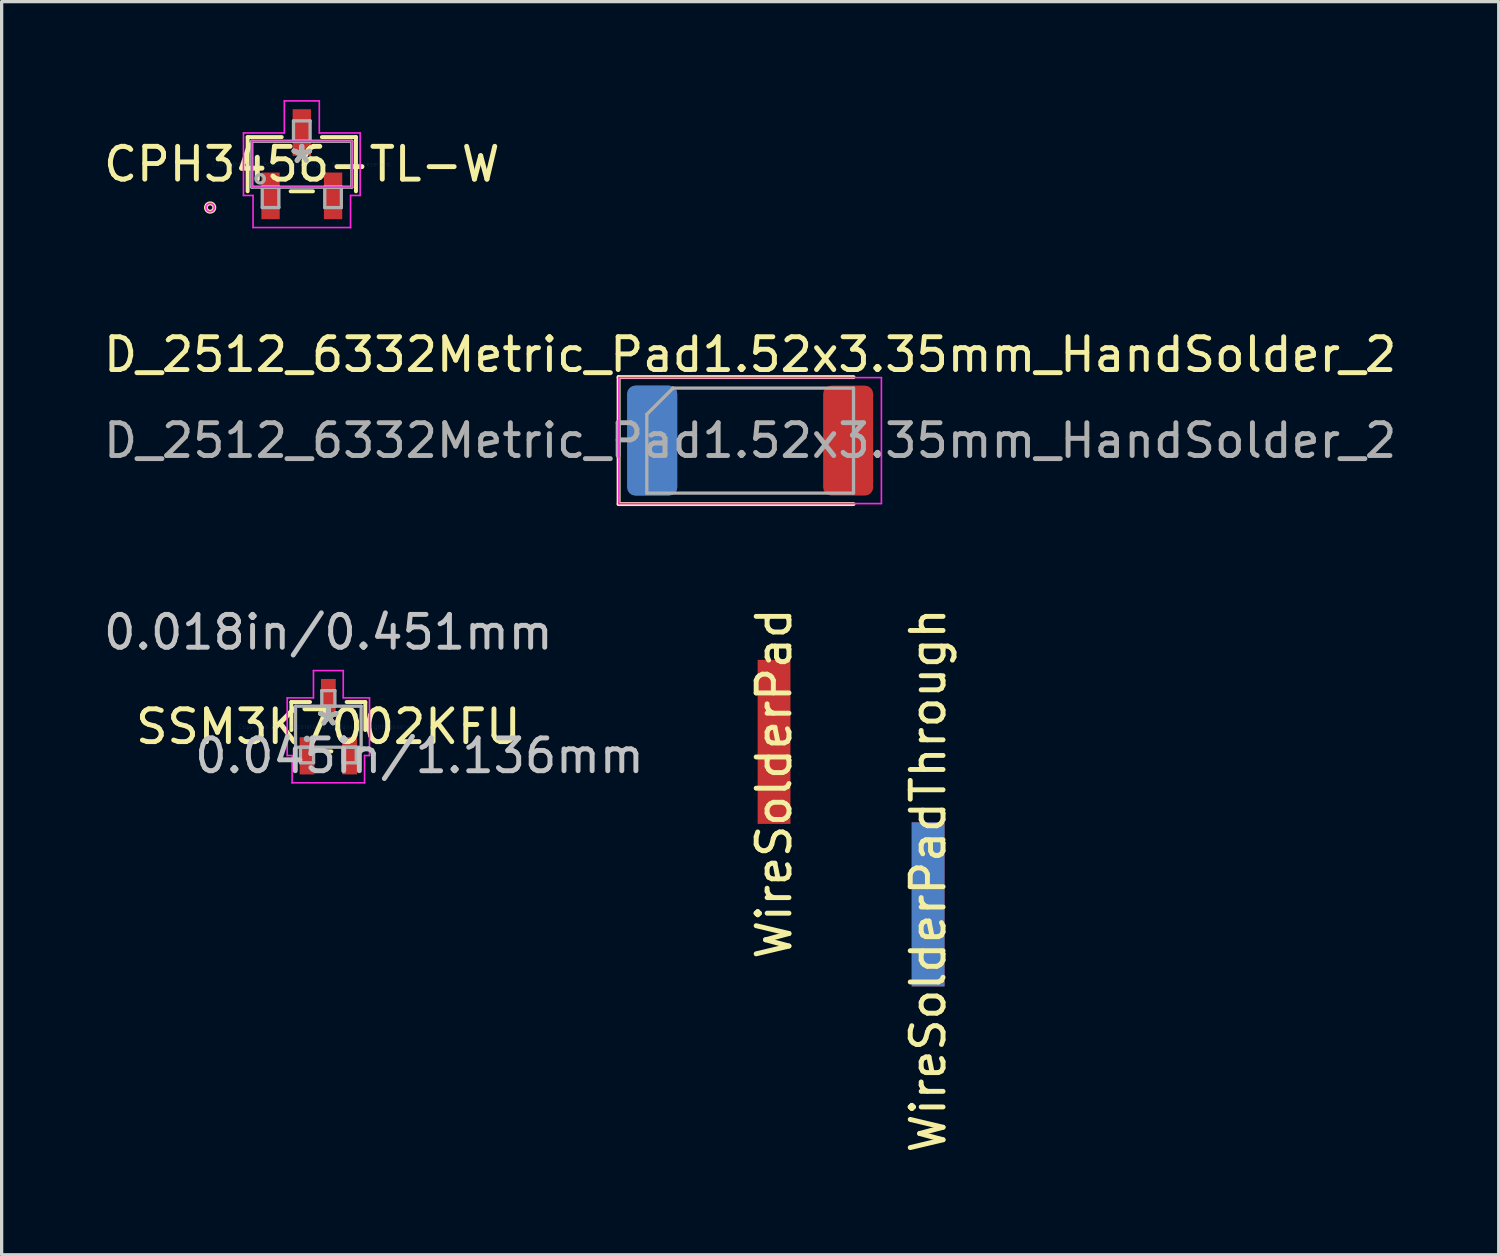
<source format=kicad_pcb>
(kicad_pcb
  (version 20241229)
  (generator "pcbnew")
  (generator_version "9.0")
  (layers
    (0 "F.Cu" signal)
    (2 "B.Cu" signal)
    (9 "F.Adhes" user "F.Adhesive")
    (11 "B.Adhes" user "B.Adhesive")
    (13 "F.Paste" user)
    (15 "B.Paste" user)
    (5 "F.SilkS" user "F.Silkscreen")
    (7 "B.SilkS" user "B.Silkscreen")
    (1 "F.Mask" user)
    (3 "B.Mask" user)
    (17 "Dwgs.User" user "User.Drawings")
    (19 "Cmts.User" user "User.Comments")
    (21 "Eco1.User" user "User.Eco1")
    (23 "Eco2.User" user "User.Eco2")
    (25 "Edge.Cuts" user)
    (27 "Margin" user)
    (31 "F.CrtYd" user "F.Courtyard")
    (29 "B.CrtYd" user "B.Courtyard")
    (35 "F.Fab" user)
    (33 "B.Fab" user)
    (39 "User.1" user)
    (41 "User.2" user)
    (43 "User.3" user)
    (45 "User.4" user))
  (footprint "D_2512_6332Metric_Pad1.52x3.35mm_HandSolder_2"
    (layer "F.Cu")
    (at 19.815 10.379)
    (property "Reference" "D_2512_6332Metric_Pad1.52x3.35mm_HandSolder_2" (at 0 -2.62 0) (layer "F.SilkS") (effects (font (size 1 1) (thickness 0.15))))
    (attr smd)
    (fp_line (start -4.01 -1.935) (end -4.01 1.935) (stroke (width 0.12) (type solid)) (layer "F.SilkS"))
    (fp_line (start -4.01 1.935) (end 3.15 1.935) (stroke (width 0.12) (type solid)) (layer "F.SilkS"))
    (fp_line (start 3.15 -1.935) (end -4.01 -1.935) (stroke (width 0.12) (type solid)) (layer "F.SilkS"))
    (fp_line (start -4 -1.92) (end 4 -1.92) (stroke (width 0.05) (type solid)) (layer "F.CrtYd"))
    (fp_line (start -4 1.92) (end -4 -1.92) (stroke (width 0.05) (type solid)) (layer "F.CrtYd"))
    (fp_line (start 4 -1.92) (end 4 1.92) (stroke (width 0.05) (type solid)) (layer "F.CrtYd"))
    (fp_line (start 4 1.92) (end -4 1.92) (stroke (width 0.05) (type solid)) (layer "F.CrtYd"))
    (fp_line (start -3.15 -0.8) (end -3.15 1.6) (stroke (width 0.1) (type solid)) (layer "F.Fab"))
    (fp_line (start -3.15 1.6) (end 3.15 1.6) (stroke (width 0.1) (type solid)) (layer "F.Fab"))
    (fp_line (start -2.35 -1.6) (end -3.15 -0.8) (stroke (width 0.1) (type solid)) (layer "F.Fab"))
    (fp_line (start 3.15 -1.6) (end -2.35 -1.6) (stroke (width 0.1) (type solid)) (layer "F.Fab"))
    (fp_line (start 3.15 1.6) (end 3.15 -1.6) (stroke (width 0.1) (type solid)) (layer "F.Fab"))
    (fp_text user "${REFERENCE}" (at 0 0 0) (layer "F.Fab") (effects (font (size 1 1) (thickness 0.15))))
    (pad "1" smd roundrect (at -2.987 0) (size 1.525 3.35) (layers "F.Cu" "F.Mask" "F.Paste") (roundrect_rratio 0.164))
    (pad "1" smd roundrect (at -2.985 0) (size 1.525 3.35) (layers "F.Mask" "B.Cu" "F.Paste") (roundrect_rratio 0.164))
    (pad "2" smd roundrect (at 2.987 0) (size 1.525 3.35) (layers "F.Cu" "F.Mask" "F.Paste") (roundrect_rratio 0.164)))
  (footprint "WireSolderPadThrough"
    (layer "F.Cu")
    (at 25.239 25.055)
    (property "Reference" "WireSolderPadThrough" (at 0 -1.27 90) (layer "F.SilkS") (effects (font (size 1 1) (thickness 0.15))))
    (attr through_hole)
    (pad "1" smd rect (at 0 -2.54) (size 1 5) (drill (offset 0 2)) (layers "F.Cu" "F.Mask" "F.Paste"))
    (pad "1" smd rect (at 0 -2.54) (size 1 5) (drill (offset 0 2)) (layers "F.Mask" "B.Cu" "F.Paste")))
  (footprint "CPH3456-TL-W"
    (layer "F.Cu")
    (at 6.149 1.955)
    (property "Reference" "CPH3456-TL-W" (at 0 0 0) (layer "F.SilkS") (effects (font (size 1 1) (thickness 0.15))))
    (attr through_hole)
    (fp_line (start -1.651 -0.826) (end -1.651 0.826) (stroke (width 0.12) (type solid)) (layer "F.SilkS"))
    (fp_line (start -0.612 -0.826) (end -1.651 -0.826) (stroke (width 0.12) (type solid)) (layer "F.SilkS"))
    (fp_line (start -0.34 0.826) (end 0.34 0.826) (stroke (width 0.12) (type solid)) (layer "F.SilkS"))
    (fp_line (start 1.651 -0.826) (end 0.612 -0.826) (stroke (width 0.12) (type solid)) (layer "F.SilkS"))
    (fp_line (start 1.651 0.826) (end 1.651 -0.826) (stroke (width 0.12) (type solid)) (layer "F.SilkS"))
    (fp_circle (center -2.794 1.321) (end -2.667 1.321) (stroke (width 0.12) (type solid)) (fill no) (layer "F.SilkS"))
    (fp_line (start -1.778 -0.953) (end -0.533 -0.953) (stroke (width 0.05) (type solid)) (layer "F.CrtYd"))
    (fp_line (start -1.778 0.953) (end -1.778 -0.953) (stroke (width 0.05) (type solid)) (layer "F.CrtYd"))
    (fp_line (start -1.524 -0.699) (end 1.524 -0.699) (stroke (width 0.05) (type solid)) (layer "F.CrtYd"))
    (fp_line (start -1.524 0.699) (end -1.524 -0.699) (stroke (width 0.05) (type solid)) (layer "F.CrtYd"))
    (fp_line (start -1.486 0.953) (end -1.778 0.953) (stroke (width 0.05) (type solid)) (layer "F.CrtYd"))
    (fp_line (start -1.486 1.93) (end -1.486 0.953) (stroke (width 0.05) (type solid)) (layer "F.CrtYd"))
    (fp_line (start -0.533 -1.93) (end 0.533 -1.93) (stroke (width 0.05) (type solid)) (layer "F.CrtYd"))
    (fp_line (start -0.533 -0.953) (end -0.533 -1.93) (stroke (width 0.05) (type solid)) (layer "F.CrtYd"))
    (fp_line (start 0.533 -1.93) (end 0.533 -0.953) (stroke (width 0.05) (type solid)) (layer "F.CrtYd"))
    (fp_line (start 0.533 -0.953) (end 1.778 -0.953) (stroke (width 0.05) (type solid)) (layer "F.CrtYd"))
    (fp_line (start 1.486 0.953) (end 1.486 1.93) (stroke (width 0.05) (type solid)) (layer "F.CrtYd"))
    (fp_line (start 1.486 1.93) (end -1.486 1.93) (stroke (width 0.05) (type solid)) (layer "F.CrtYd"))
    (fp_line (start 1.524 -0.699) (end 1.524 0.699) (stroke (width 0.05) (type solid)) (layer "F.CrtYd"))
    (fp_line (start 1.524 0.699) (end -1.524 0.699) (stroke (width 0.05) (type solid)) (layer "F.CrtYd"))
    (fp_line (start 1.778 -0.953) (end 1.778 0.953) (stroke (width 0.05) (type solid)) (layer "F.CrtYd"))
    (fp_line (start 1.778 0.953) (end 1.486 0.953) (stroke (width 0.05) (type solid)) (layer "F.CrtYd"))
    (fp_circle (center -2.794 1.321) (end -2.667 1.321) (stroke (width 0.05) (type solid)) (fill no) (layer "F.CrtYd"))
    (fp_line (start -1.524 -0.699) (end -1.524 0.699) (stroke (width 0.1) (type solid)) (layer "F.Fab"))
    (fp_line (start -1.524 0.699) (end 1.524 0.699) (stroke (width 0.1) (type solid)) (layer "F.Fab"))
    (fp_line (start -1.206 0.699) (end -1.206 1.321) (stroke (width 0.1) (type solid)) (layer "F.Fab"))
    (fp_line (start -1.206 1.321) (end -0.699 1.321) (stroke (width 0.1) (type solid)) (layer "F.Fab"))
    (fp_line (start -0.699 0.699) (end -1.206 0.699) (stroke (width 0.1) (type solid)) (layer "F.Fab"))
    (fp_line (start -0.699 1.321) (end -0.699 0.699) (stroke (width 0.1) (type solid)) (layer "F.Fab"))
    (fp_line (start -0.254 -1.321) (end -0.254 -0.699) (stroke (width 0.1) (type solid)) (layer "F.Fab"))
    (fp_line (start -0.254 -0.699) (end 0.254 -0.699) (stroke (width 0.1) (type solid)) (layer "F.Fab"))
    (fp_line (start 0.254 -1.321) (end -0.254 -1.321) (stroke (width 0.1) (type solid)) (layer "F.Fab"))
    (fp_line (start 0.254 -0.699) (end 0.254 -1.321) (stroke (width 0.1) (type solid)) (layer "F.Fab"))
    (fp_line (start 0.699 0.699) (end 0.699 1.321) (stroke (width 0.1) (type solid)) (layer "F.Fab"))
    (fp_line (start 0.699 1.321) (end 1.206 1.321) (stroke (width 0.1) (type solid)) (layer "F.Fab"))
    (fp_line (start 1.206 0.699) (end 0.699 0.699) (stroke (width 0.1) (type solid)) (layer "F.Fab"))
    (fp_line (start 1.206 1.321) (end 1.206 0.699) (stroke (width 0.1) (type solid)) (layer "F.Fab"))
    (fp_line (start 1.524 -0.699) (end -1.524 -0.699) (stroke (width 0.1) (type solid)) (layer "F.Fab"))
    (fp_line (start 1.524 0.699) (end 1.524 -0.699) (stroke (width 0.1) (type solid)) (layer "F.Fab"))
    (fp_circle (center -1.27 0.445) (end -1.143 0.445) (stroke (width 0.1) (type solid)) (fill no) (layer "F.Fab"))
    (fp_text user "*" (at 0 0 0) (layer "F.SilkS") (effects (font (size 1 1) (thickness 0.15))))
    (fp_text user "Copyright 2021 Accelerated Designs. All rights reserved." (at 0 0 0) (layer "Cmts.User") (effects (font (size 0.127 0.127) (thickness 0.002))))
    (fp_text user "*" (at 0 0 0) (layer "F.Fab") (effects (font (size 1 1) (thickness 0.15))))
    (pad "1" smd rect (at -0.953 0.965) (size 0.559 1.422) (layers "F.Cu" "F.Mask" "F.Paste"))
    (pad "2" smd rect (at 0.953 0.965) (size 0.559 1.422) (layers "F.Cu" "F.Mask" "F.Paste"))
    (pad "3" smd rect (at 0 -0.965) (size 0.559 1.422) (layers "F.Cu" "F.Mask" "F.Paste")))
  (footprint "SSM3K7002KFU"
    (layer "F.Cu")
    (at 6.958 19.1)
    (property "Reference" "SSM3K7002KFU" (at 0 0 0) (layer "F.SilkS") (effects (font (size 1 1) (thickness 0.15))))
    (attr through_hole)
    (fp_line (start -1.127 -0.752) (end -1.127 0.102) (stroke (width 0.12) (type solid)) (layer "F.SilkS"))
    (fp_line (start -0.558 -0.752) (end -1.127 -0.752) (stroke (width 0.12) (type solid)) (layer "F.SilkS"))
    (fp_line (start -0.092 0.752) (end 0.092 0.752) (stroke (width 0.12) (type solid)) (layer "F.SilkS"))
    (fp_line (start 1.127 -0.752) (end 0.558 -0.752) (stroke (width 0.12) (type solid)) (layer "F.SilkS"))
    (fp_line (start 1.127 0.102) (end 1.127 -0.752) (stroke (width 0.12) (type solid)) (layer "F.SilkS"))
    (fp_line (start -1.254 -0.879) (end -0.454 -0.879) (stroke (width 0.05) (type solid)) (layer "F.CrtYd"))
    (fp_line (start -1.254 0.879) (end -1.254 -0.879) (stroke (width 0.05) (type solid)) (layer "F.CrtYd"))
    (fp_line (start -1.104 0.879) (end -1.254 0.879) (stroke (width 0.05) (type solid)) (layer "F.CrtYd"))
    (fp_line (start -1.104 1.71) (end -1.104 0.879) (stroke (width 0.05) (type solid)) (layer "F.CrtYd"))
    (fp_line (start -0.454 -1.71) (end 0.454 -1.71) (stroke (width 0.05) (type solid)) (layer "F.CrtYd"))
    (fp_line (start -0.454 -0.879) (end -0.454 -1.71) (stroke (width 0.05) (type solid)) (layer "F.CrtYd"))
    (fp_line (start 0.454 -1.71) (end 0.454 -0.879) (stroke (width 0.05) (type solid)) (layer "F.CrtYd"))
    (fp_line (start 0.454 -0.879) (end 1.254 -0.879) (stroke (width 0.05) (type solid)) (layer "F.CrtYd"))
    (fp_line (start 1.104 0.879) (end 1.104 1.71) (stroke (width 0.05) (type solid)) (layer "F.CrtYd"))
    (fp_line (start 1.104 1.71) (end -1.104 1.71) (stroke (width 0.05) (type solid)) (layer "F.CrtYd"))
    (fp_line (start 1.254 -0.879) (end 1.254 0.879) (stroke (width 0.05) (type solid)) (layer "F.CrtYd"))
    (fp_line (start 1.254 0.879) (end 1.104 0.879) (stroke (width 0.05) (type solid)) (layer "F.CrtYd"))
    (fp_line (start -1 -0.625) (end -1 0.625) (stroke (width 0.1) (type solid)) (layer "F.Fab"))
    (fp_line (start -1 0.625) (end 1 0.625) (stroke (width 0.1) (type solid)) (layer "F.Fab"))
    (fp_line (start -0.85 0.625) (end -0.85 1.1) (stroke (width 0.1) (type solid)) (layer "F.Fab"))
    (fp_line (start -0.85 1.1) (end -0.45 1.1) (stroke (width 0.1) (type solid)) (layer "F.Fab"))
    (fp_line (start -0.45 0.625) (end -0.85 0.625) (stroke (width 0.1) (type solid)) (layer "F.Fab"))
    (fp_line (start -0.45 1.1) (end -0.45 0.625) (stroke (width 0.1) (type solid)) (layer "F.Fab"))
    (fp_line (start -0.2 -1.1) (end -0.2 -0.625) (stroke (width 0.1) (type solid)) (layer "F.Fab"))
    (fp_line (start -0.2 -0.625) (end 0.2 -0.625) (stroke (width 0.1) (type solid)) (layer "F.Fab"))
    (fp_line (start 0.2 -1.1) (end -0.2 -1.1) (stroke (width 0.1) (type solid)) (layer "F.Fab"))
    (fp_line (start 0.2 -0.625) (end 0.2 -1.1) (stroke (width 0.1) (type solid)) (layer "F.Fab"))
    (fp_line (start 0.45 0.625) (end 0.45 1.1) (stroke (width 0.1) (type solid)) (layer "F.Fab"))
    (fp_line (start 0.45 1.1) (end 0.85 1.1) (stroke (width 0.1) (type solid)) (layer "F.Fab"))
    (fp_line (start 0.85 0.625) (end 0.45 0.625) (stroke (width 0.1) (type solid)) (layer "F.Fab"))
    (fp_line (start 0.85 1.1) (end 0.85 0.625) (stroke (width 0.1) (type solid)) (layer "F.Fab"))
    (fp_line (start 1 -0.625) (end -1 -0.625) (stroke (width 0.1) (type solid)) (layer "F.Fab"))
    (fp_line (start 1 0.625) (end 1 -0.625) (stroke (width 0.1) (type solid)) (layer "F.Fab"))
    (fp_circle (center -0.65 0.371) (end -0.65 0.371) (stroke (width 0.1) (type solid)) (fill no) (layer "F.Fab"))
    (fp_text user "*" (at 0 0 0) (layer "F.SilkS") (effects (font (size 1 1) (thickness 0.15))))
    (fp_text user "0.045in/1.136mm" (at 2.778 0.887 0) (layer "Dwgs.User") (effects (font (size 1 1) (thickness 0.15))))
    (fp_text user "0.018in/0.451mm" (at 0 -2.878 0) (layer "Dwgs.User") (effects (font (size 1 1) (thickness 0.15))))
    (fp_text user "Copyright 2021 Accelerated Designs. All rights reserved." (at 0 0 0) (layer "Cmts.User") (effects (font (size 0.127 0.127) (thickness 0.002))))
    (fp_text user "*" (at 0 0 0) (layer "F.Fab") (effects (font (size 1 1) (thickness 0.15))))
    (pad "1" smd rect (at -0.65 0.887) (size 0.451 1.136) (layers "F.Cu" "F.Mask" "F.Paste"))
    (pad "2" smd rect (at 0.65 0.887) (size 0.451 1.136) (layers "F.Cu" "F.Mask" "F.Paste"))
    (pad "3" smd rect (at 0 -0.887) (size 0.451 1.136) (layers "F.Cu" "F.Mask" "F.Paste")))
  (footprint "WireSolderPad"
    (layer "F.Cu")
    (at 20.543 22.102)
    (property "Reference" "WireSolderPad" (at 0 -1.27 90) (layer "F.SilkS") (effects (font (size 1 1) (thickness 0.15))))
    (attr through_hole)
    (pad "1" smd rect (at 0 -2.54) (size 1 5) (layers "F.Cu" "F.Mask" "F.Paste")))
  (gr_rect
    (start -3 -3)
    (end 42.631 35.195)
    (stroke (width 0.1) (type default))
    (fill no)
    (layer "Edge.Cuts")))
</source>
